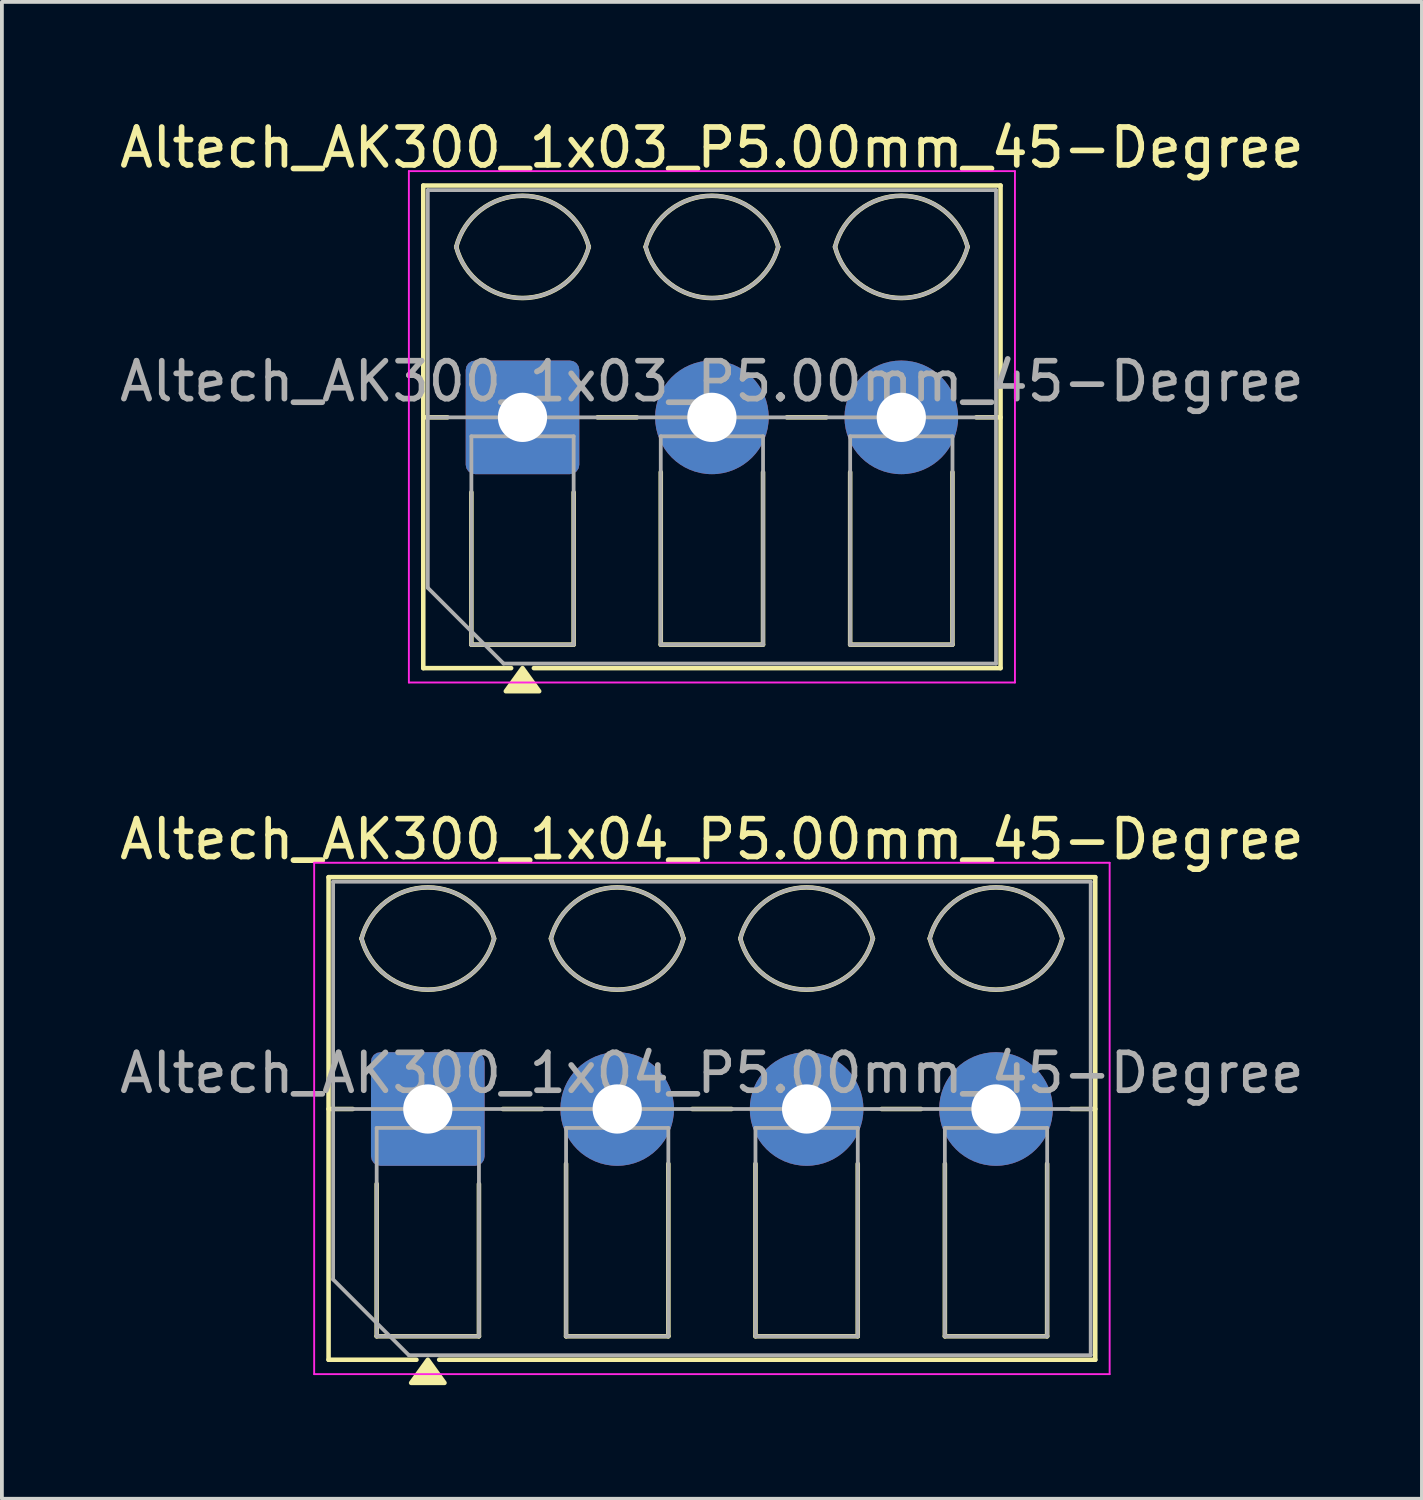
<source format=kicad_pcb>
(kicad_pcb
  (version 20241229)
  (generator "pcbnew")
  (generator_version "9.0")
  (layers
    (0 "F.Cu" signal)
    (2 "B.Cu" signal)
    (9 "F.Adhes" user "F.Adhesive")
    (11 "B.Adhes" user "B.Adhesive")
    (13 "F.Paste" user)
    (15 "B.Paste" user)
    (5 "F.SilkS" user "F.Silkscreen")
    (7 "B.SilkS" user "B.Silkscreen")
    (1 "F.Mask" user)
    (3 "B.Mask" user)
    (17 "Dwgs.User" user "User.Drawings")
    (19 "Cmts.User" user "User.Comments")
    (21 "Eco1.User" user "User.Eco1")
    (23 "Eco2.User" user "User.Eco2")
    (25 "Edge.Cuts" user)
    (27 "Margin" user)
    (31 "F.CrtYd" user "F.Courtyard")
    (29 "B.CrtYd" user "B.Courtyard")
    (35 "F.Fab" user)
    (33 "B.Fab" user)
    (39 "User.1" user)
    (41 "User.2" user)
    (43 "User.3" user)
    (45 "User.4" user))
  (footprint "Altech_AK300_1x03_P5.00mm_45-Degree"
    (layer "F.Cu")
    (at 10.744 7.968)
    (property "Reference" "Altech_AK300_1x03_P5.00mm_45-Degree" (at 5 -7.12 0) (layer "F.SilkS") (effects (font (size 1 1) (thickness 0.15))))
    (attr through_hole)
    (fp_line (start -2.62 -6.12) (end 12.62 -6.12) (stroke (width 0.12) (type solid)) (layer "F.SilkS"))
    (fp_line (start -2.62 0) (end -1.98 0) (stroke (width 0.12) (type solid)) (layer "F.SilkS"))
    (fp_line (start -2.62 6.62) (end -2.62 -6.12) (stroke (width 0.12) (type solid)) (layer "F.SilkS"))
    (fp_line (start -1.35 6) (end -1.35 1.98) (stroke (width 0.12) (type solid)) (layer "F.SilkS"))
    (fp_line (start -0.3 6.62) (end -2.62 6.62) (stroke (width 0.12) (type solid)) (layer "F.SilkS"))
    (fp_line (start 1.35 1.98) (end 1.35 6) (stroke (width 0.12) (type solid)) (layer "F.SilkS"))
    (fp_line (start 1.35 6) (end -1.35 6) (stroke (width 0.12) (type solid)) (layer "F.SilkS"))
    (fp_line (start 1.98 0) (end 3.02 0) (stroke (width 0.12) (type solid)) (layer "F.SilkS"))
    (fp_line (start 3.65 6) (end 3.65 1.448) (stroke (width 0.12) (type solid)) (layer "F.SilkS"))
    (fp_line (start 6.35 1.448) (end 6.35 6) (stroke (width 0.12) (type solid)) (layer "F.SilkS"))
    (fp_line (start 6.35 6) (end 3.65 6) (stroke (width 0.12) (type solid)) (layer "F.SilkS"))
    (fp_line (start 6.98 0) (end 8.02 0) (stroke (width 0.12) (type solid)) (layer "F.SilkS"))
    (fp_line (start 8.65 6) (end 8.65 1.448) (stroke (width 0.12) (type solid)) (layer "F.SilkS"))
    (fp_line (start 11.35 1.448) (end 11.35 6) (stroke (width 0.12) (type solid)) (layer "F.SilkS"))
    (fp_line (start 11.35 6) (end 8.65 6) (stroke (width 0.12) (type solid)) (layer "F.SilkS"))
    (fp_line (start 11.98 0) (end 12.62 0) (stroke (width 0.12) (type solid)) (layer "F.SilkS"))
    (fp_line (start 12.62 -6.12) (end 12.62 6.62) (stroke (width 0.12) (type solid)) (layer "F.SilkS"))
    (fp_line (start 12.62 6.62) (end 0.3 6.62) (stroke (width 0.12) (type solid)) (layer "F.SilkS"))
    (fp_arc (start -1.75 -4.5) (mid 0 -5.85) (end 1.75 -4.5) (stroke (width 0.12) (type solid)) (layer "F.SilkS"))
    (fp_arc (start 1.75 -4.5) (mid 0 -3.15) (end -1.75 -4.5) (stroke (width 0.12) (type solid)) (layer "F.SilkS"))
    (fp_arc (start 3.25 -4.5) (mid 5 -5.85) (end 6.75 -4.5) (stroke (width 0.12) (type solid)) (layer "F.SilkS"))
    (fp_arc (start 6.75 -4.5) (mid 5 -3.15) (end 3.25 -4.5) (stroke (width 0.12) (type solid)) (layer "F.SilkS"))
    (fp_arc (start 8.25 -4.5) (mid 10 -5.85) (end 11.75 -4.5) (stroke (width 0.12) (type solid)) (layer "F.SilkS"))
    (fp_arc (start 11.75 -4.5) (mid 10 -3.15) (end 8.25 -4.5) (stroke (width 0.12) (type solid)) (layer "F.SilkS"))
    (fp_poly (pts (xy 0 6.62) (xy 0.44 7.23) (xy -0.44 7.23)) (stroke (width 0.12) (type solid)) (fill yes) (layer "F.SilkS"))
    (fp_line (start -3 -6.5) (end -3 7) (stroke (width 0.05) (type solid)) (layer "F.CrtYd"))
    (fp_line (start -3 7) (end 13 7) (stroke (width 0.05) (type solid)) (layer "F.CrtYd"))
    (fp_line (start 13 -6.5) (end -3 -6.5) (stroke (width 0.05) (type solid)) (layer "F.CrtYd"))
    (fp_line (start 13 7) (end 13 -6.5) (stroke (width 0.05) (type solid)) (layer "F.CrtYd"))
    (fp_line (start -2.5 -6) (end 12.5 -6) (stroke (width 0.1) (type solid)) (layer "F.Fab"))
    (fp_line (start -2.5 0) (end 12.5 0) (stroke (width 0.1) (type solid)) (layer "F.Fab"))
    (fp_line (start -2.5 4.5) (end -2.5 -6) (stroke (width 0.1) (type solid)) (layer "F.Fab"))
    (fp_line (start -1.35 0.5) (end -1.35 6) (stroke (width 0.1) (type solid)) (layer "F.Fab"))
    (fp_line (start -1.35 6) (end 1.35 6) (stroke (width 0.1) (type solid)) (layer "F.Fab"))
    (fp_line (start -0.5 6.5) (end -2.5 4.5) (stroke (width 0.1) (type solid)) (layer "F.Fab"))
    (fp_line (start 1.35 0.5) (end -1.35 0.5) (stroke (width 0.1) (type solid)) (layer "F.Fab"))
    (fp_line (start 1.35 6) (end 1.35 0.5) (stroke (width 0.1) (type solid)) (layer "F.Fab"))
    (fp_line (start 3.65 0.5) (end 3.65 6) (stroke (width 0.1) (type solid)) (layer "F.Fab"))
    (fp_line (start 3.65 6) (end 6.35 6) (stroke (width 0.1) (type solid)) (layer "F.Fab"))
    (fp_line (start 6.35 0.5) (end 3.65 0.5) (stroke (width 0.1) (type solid)) (layer "F.Fab"))
    (fp_line (start 6.35 6) (end 6.35 0.5) (stroke (width 0.1) (type solid)) (layer "F.Fab"))
    (fp_line (start 8.65 0.5) (end 8.65 6) (stroke (width 0.1) (type solid)) (layer "F.Fab"))
    (fp_line (start 8.65 6) (end 11.351 6) (stroke (width 0.1) (type solid)) (layer "F.Fab"))
    (fp_line (start 11.351 0.5) (end 8.65 0.5) (stroke (width 0.1) (type solid)) (layer "F.Fab"))
    (fp_line (start 11.351 6) (end 11.351 0.5) (stroke (width 0.1) (type solid)) (layer "F.Fab"))
    (fp_line (start 12.5 -6) (end 12.5 6.5) (stroke (width 0.1) (type solid)) (layer "F.Fab"))
    (fp_line (start 12.5 6.5) (end -0.5 6.5) (stroke (width 0.1) (type solid)) (layer "F.Fab"))
    (fp_arc (start -1.75 -4.5) (mid 0 -5.85) (end 1.75 -4.5) (stroke (width 0.1) (type solid)) (layer "F.Fab"))
    (fp_arc (start 1.75 -4.5) (mid 0 -3.15) (end -1.75 -4.5) (stroke (width 0.1) (type solid)) (layer "F.Fab"))
    (fp_arc (start 3.25 -4.5) (mid 5 -5.85) (end 6.75 -4.5) (stroke (width 0.1) (type solid)) (layer "F.Fab"))
    (fp_arc (start 6.75 -4.5) (mid 5 -3.15) (end 3.25 -4.5) (stroke (width 0.1) (type solid)) (layer "F.Fab"))
    (fp_arc (start 8.25 -4.5) (mid 10 -5.85) (end 11.75 -4.5) (stroke (width 0.1) (type solid)) (layer "F.Fab"))
    (fp_arc (start 11.75 -4.5) (mid 10 -3.15) (end 8.25 -4.5) (stroke (width 0.1) (type solid)) (layer "F.Fab"))
    (fp_text user "${REFERENCE}" (at 5 -0.95 0) (layer "F.Fab") (effects (font (size 1 1) (thickness 0.15))))
    (pad "1" thru_hole roundrect (at 0 0) (size 3 3) (drill 1.3) (layers "*.Cu" "*.Mask") (roundrect_rratio 0.083))
    (pad "2" thru_hole circle (at 5 0) (size 3 3) (drill 1.3) (layers "*.Cu" "*.Mask"))
    (pad "3" thru_hole circle (at 10 0) (size 3 3) (drill 1.3) (layers "*.Cu" "*.Mask")))
  (footprint "Altech_AK300_1x04_P5.00mm_45-Degree"
    (layer "F.Cu")
    (at 8.244 26.227)
    (property "Reference" "Altech_AK300_1x04_P5.00mm_45-Degree" (at 7.5 -7.12 0) (layer "F.SilkS") (effects (font (size 1 1) (thickness 0.15))))
    (attr through_hole)
    (fp_line (start -2.62 -6.12) (end 17.62 -6.12) (stroke (width 0.12) (type solid)) (layer "F.SilkS"))
    (fp_line (start -2.62 0) (end -1.98 0) (stroke (width 0.12) (type solid)) (layer "F.SilkS"))
    (fp_line (start -2.62 6.62) (end -2.62 -6.12) (stroke (width 0.12) (type solid)) (layer "F.SilkS"))
    (fp_line (start -1.35 6) (end -1.35 1.98) (stroke (width 0.12) (type solid)) (layer "F.SilkS"))
    (fp_line (start -0.3 6.62) (end -2.62 6.62) (stroke (width 0.12) (type solid)) (layer "F.SilkS"))
    (fp_line (start 1.35 1.98) (end 1.35 6) (stroke (width 0.12) (type solid)) (layer "F.SilkS"))
    (fp_line (start 1.35 6) (end -1.35 6) (stroke (width 0.12) (type solid)) (layer "F.SilkS"))
    (fp_line (start 1.98 0) (end 3.02 0) (stroke (width 0.12) (type solid)) (layer "F.SilkS"))
    (fp_line (start 3.65 6) (end 3.65 1.448) (stroke (width 0.12) (type solid)) (layer "F.SilkS"))
    (fp_line (start 6.35 1.448) (end 6.35 6) (stroke (width 0.12) (type solid)) (layer "F.SilkS"))
    (fp_line (start 6.35 6) (end 3.65 6) (stroke (width 0.12) (type solid)) (layer "F.SilkS"))
    (fp_line (start 6.98 0) (end 8.02 0) (stroke (width 0.12) (type solid)) (layer "F.SilkS"))
    (fp_line (start 8.65 6) (end 8.65 1.448) (stroke (width 0.12) (type solid)) (layer "F.SilkS"))
    (fp_line (start 11.35 1.448) (end 11.35 6) (stroke (width 0.12) (type solid)) (layer "F.SilkS"))
    (fp_line (start 11.35 6) (end 8.65 6) (stroke (width 0.12) (type solid)) (layer "F.SilkS"))
    (fp_line (start 11.98 0) (end 13.02 0) (stroke (width 0.12) (type solid)) (layer "F.SilkS"))
    (fp_line (start 13.65 6) (end 13.65 1.448) (stroke (width 0.12) (type solid)) (layer "F.SilkS"))
    (fp_line (start 16.35 1.448) (end 16.35 6) (stroke (width 0.12) (type solid)) (layer "F.SilkS"))
    (fp_line (start 16.35 6) (end 13.65 6) (stroke (width 0.12) (type solid)) (layer "F.SilkS"))
    (fp_line (start 16.98 0) (end 17.62 0) (stroke (width 0.12) (type solid)) (layer "F.SilkS"))
    (fp_line (start 17.62 -6.12) (end 17.62 6.62) (stroke (width 0.12) (type solid)) (layer "F.SilkS"))
    (fp_line (start 17.62 6.62) (end 0.3 6.62) (stroke (width 0.12) (type solid)) (layer "F.SilkS"))
    (fp_arc (start -1.75 -4.5) (mid 0 -5.85) (end 1.75 -4.5) (stroke (width 0.12) (type solid)) (layer "F.SilkS"))
    (fp_arc (start 1.75 -4.5) (mid 0 -3.15) (end -1.75 -4.5) (stroke (width 0.12) (type solid)) (layer "F.SilkS"))
    (fp_arc (start 3.25 -4.5) (mid 5 -5.85) (end 6.75 -4.5) (stroke (width 0.12) (type solid)) (layer "F.SilkS"))
    (fp_arc (start 6.75 -4.5) (mid 5 -3.15) (end 3.25 -4.5) (stroke (width 0.12) (type solid)) (layer "F.SilkS"))
    (fp_arc (start 8.25 -4.5) (mid 10 -5.85) (end 11.75 -4.5) (stroke (width 0.12) (type solid)) (layer "F.SilkS"))
    (fp_arc (start 11.75 -4.5) (mid 10 -3.15) (end 8.25 -4.5) (stroke (width 0.12) (type solid)) (layer "F.SilkS"))
    (fp_arc (start 13.25 -4.5) (mid 15 -5.85) (end 16.75 -4.5) (stroke (width 0.12) (type solid)) (layer "F.SilkS"))
    (fp_arc (start 16.75 -4.5) (mid 15 -3.15) (end 13.25 -4.5) (stroke (width 0.12) (type solid)) (layer "F.SilkS"))
    (fp_poly (pts (xy 0 6.62) (xy 0.44 7.23) (xy -0.44 7.23)) (stroke (width 0.12) (type solid)) (fill yes) (layer "F.SilkS"))
    (fp_line (start -3 -6.5) (end -3 7) (stroke (width 0.05) (type solid)) (layer "F.CrtYd"))
    (fp_line (start -3 7) (end 18 7) (stroke (width 0.05) (type solid)) (layer "F.CrtYd"))
    (fp_line (start 18 -6.5) (end -3 -6.5) (stroke (width 0.05) (type solid)) (layer "F.CrtYd"))
    (fp_line (start 18 7) (end 18 -6.5) (stroke (width 0.05) (type solid)) (layer "F.CrtYd"))
    (fp_line (start -2.5 -6) (end 17.5 -6) (stroke (width 0.1) (type solid)) (layer "F.Fab"))
    (fp_line (start -2.5 0) (end 17.5 0) (stroke (width 0.1) (type solid)) (layer "F.Fab"))
    (fp_line (start -2.5 4.5) (end -2.5 -6) (stroke (width 0.1) (type solid)) (layer "F.Fab"))
    (fp_line (start -1.35 0.5) (end -1.35 6) (stroke (width 0.1) (type solid)) (layer "F.Fab"))
    (fp_line (start -1.35 6) (end 1.35 6) (stroke (width 0.1) (type solid)) (layer "F.Fab"))
    (fp_line (start -0.5 6.5) (end -2.5 4.5) (stroke (width 0.1) (type solid)) (layer "F.Fab"))
    (fp_line (start 1.35 0.5) (end -1.35 0.5) (stroke (width 0.1) (type solid)) (layer "F.Fab"))
    (fp_line (start 1.35 6) (end 1.35 0.5) (stroke (width 0.1) (type solid)) (layer "F.Fab"))
    (fp_line (start 3.65 0.5) (end 3.65 6) (stroke (width 0.1) (type solid)) (layer "F.Fab"))
    (fp_line (start 3.65 6) (end 6.35 6) (stroke (width 0.1) (type solid)) (layer "F.Fab"))
    (fp_line (start 6.35 0.5) (end 3.65 0.5) (stroke (width 0.1) (type solid)) (layer "F.Fab"))
    (fp_line (start 6.35 6) (end 6.35 0.5) (stroke (width 0.1) (type solid)) (layer "F.Fab"))
    (fp_line (start 8.65 0.5) (end 8.65 6) (stroke (width 0.1) (type solid)) (layer "F.Fab"))
    (fp_line (start 8.65 6) (end 11.351 6) (stroke (width 0.1) (type solid)) (layer "F.Fab"))
    (fp_line (start 11.351 0.5) (end 8.65 0.5) (stroke (width 0.1) (type solid)) (layer "F.Fab"))
    (fp_line (start 11.351 6) (end 11.351 0.5) (stroke (width 0.1) (type solid)) (layer "F.Fab"))
    (fp_line (start 13.65 0.5) (end 13.65 6) (stroke (width 0.1) (type solid)) (layer "F.Fab"))
    (fp_line (start 13.65 6) (end 16.351 6) (stroke (width 0.1) (type solid)) (layer "F.Fab"))
    (fp_line (start 16.351 0.5) (end 13.65 0.5) (stroke (width 0.1) (type solid)) (layer "F.Fab"))
    (fp_line (start 16.351 6) (end 16.351 0.5) (stroke (width 0.1) (type solid)) (layer "F.Fab"))
    (fp_line (start 17.5 -6) (end 17.5 6.5) (stroke (width 0.1) (type solid)) (layer "F.Fab"))
    (fp_line (start 17.5 6.5) (end -0.5 6.5) (stroke (width 0.1) (type solid)) (layer "F.Fab"))
    (fp_arc (start -1.75 -4.5) (mid 0 -5.85) (end 1.75 -4.5) (stroke (width 0.1) (type solid)) (layer "F.Fab"))
    (fp_arc (start 1.75 -4.5) (mid 0 -3.15) (end -1.75 -4.5) (stroke (width 0.1) (type solid)) (layer "F.Fab"))
    (fp_arc (start 3.25 -4.5) (mid 5 -5.85) (end 6.75 -4.5) (stroke (width 0.1) (type solid)) (layer "F.Fab"))
    (fp_arc (start 6.75 -4.5) (mid 5 -3.15) (end 3.25 -4.5) (stroke (width 0.1) (type solid)) (layer "F.Fab"))
    (fp_arc (start 8.25 -4.5) (mid 10 -5.85) (end 11.75 -4.5) (stroke (width 0.1) (type solid)) (layer "F.Fab"))
    (fp_arc (start 11.75 -4.5) (mid 10 -3.15) (end 8.25 -4.5) (stroke (width 0.1) (type solid)) (layer "F.Fab"))
    (fp_arc (start 13.25 -4.5) (mid 15 -5.85) (end 16.75 -4.5) (stroke (width 0.1) (type solid)) (layer "F.Fab"))
    (fp_arc (start 16.75 -4.5) (mid 15 -3.15) (end 13.25 -4.5) (stroke (width 0.1) (type solid)) (layer "F.Fab"))
    (fp_text user "${REFERENCE}" (at 7.5 -0.95 0) (layer "F.Fab") (effects (font (size 1 1) (thickness 0.15))))
    (pad "1" thru_hole roundrect (at 0 0) (size 3 3) (drill 1.3) (layers "*.Cu" "*.Mask") (roundrect_rratio 0.083))
    (pad "2" thru_hole circle (at 5 0) (size 3 3) (drill 1.3) (layers "*.Cu" "*.Mask"))
    (pad "3" thru_hole circle (at 10 0) (size 3 3) (drill 1.3) (layers "*.Cu" "*.Mask"))
    (pad "4" thru_hole circle (at 15 0) (size 3 3) (drill 1.3) (layers "*.Cu" "*.Mask")))
  (gr_rect
    (start -3 -3)
    (end 34.488 36.517)
    (stroke (width 0.1) (type default))
    (fill no)
    (layer "Edge.Cuts")))
</source>
